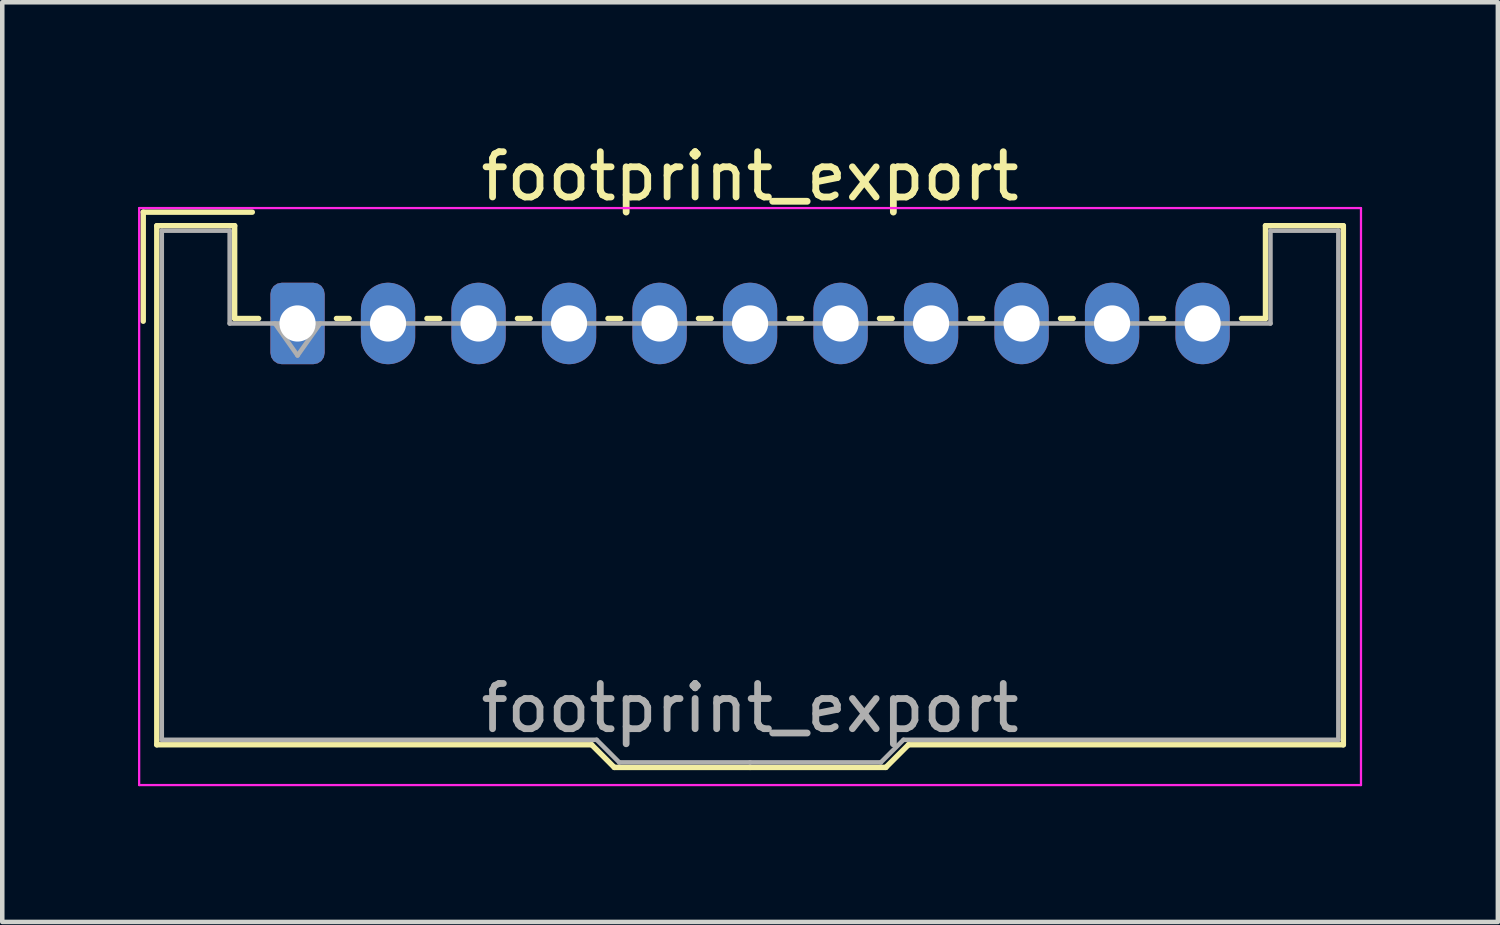
<source format=kicad_pcb>
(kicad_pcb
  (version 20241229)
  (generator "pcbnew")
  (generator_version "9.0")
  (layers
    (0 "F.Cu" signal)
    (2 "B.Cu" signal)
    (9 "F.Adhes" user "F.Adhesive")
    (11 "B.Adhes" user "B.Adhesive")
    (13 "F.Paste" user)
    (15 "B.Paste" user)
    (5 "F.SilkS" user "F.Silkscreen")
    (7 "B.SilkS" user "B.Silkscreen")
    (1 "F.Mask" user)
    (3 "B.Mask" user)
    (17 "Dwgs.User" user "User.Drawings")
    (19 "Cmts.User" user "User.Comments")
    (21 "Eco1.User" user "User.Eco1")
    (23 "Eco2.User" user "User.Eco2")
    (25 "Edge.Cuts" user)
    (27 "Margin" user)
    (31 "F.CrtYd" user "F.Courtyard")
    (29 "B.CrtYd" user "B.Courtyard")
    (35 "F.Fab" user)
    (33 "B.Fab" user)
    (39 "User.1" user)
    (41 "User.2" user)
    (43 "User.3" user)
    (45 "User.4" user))
  (footprint "footprint_export"
    (layer "F.Cu")
    (at 3.525 4.098)
    (property "Reference" "footprint_export" (at 10 -3.25 0) (layer "F.SilkS") (effects (font (size 1 1) (thickness 0.15))))
    (attr through_hole)
    (fp_line (start -3.41 -2.46) (end -1 -2.46) (stroke (width 0.12) (type solid)) (layer "F.SilkS"))
    (fp_line (start -3.41 -0.05) (end -3.41 -2.46) (stroke (width 0.12) (type solid)) (layer "F.SilkS"))
    (fp_line (start -3.11 -2.16) (end -1.39 -2.16) (stroke (width 0.12) (type solid)) (layer "F.SilkS"))
    (fp_line (start -3.11 9.31) (end -3.11 -2.16) (stroke (width 0.12) (type solid)) (layer "F.SilkS"))
    (fp_line (start -1.39 -2.16) (end -1.39 -0.11) (stroke (width 0.12) (type solid)) (layer "F.SilkS"))
    (fp_line (start -1.39 -0.11) (end -0.86 -0.11) (stroke (width 0.12) (type solid)) (layer "F.SilkS"))
    (fp_line (start 0.86 -0.11) (end 1.14 -0.11) (stroke (width 0.12) (type solid)) (layer "F.SilkS"))
    (fp_line (start 2.86 -0.11) (end 3.14 -0.11) (stroke (width 0.12) (type solid)) (layer "F.SilkS"))
    (fp_line (start 4.86 -0.11) (end 5.14 -0.11) (stroke (width 0.12) (type solid)) (layer "F.SilkS"))
    (fp_line (start 6.5 9.31) (end -3.11 9.31) (stroke (width 0.12) (type solid)) (layer "F.SilkS"))
    (fp_line (start 6.86 -0.11) (end 7.14 -0.11) (stroke (width 0.12) (type solid)) (layer "F.SilkS"))
    (fp_line (start 7 9.81) (end 6.5 9.31) (stroke (width 0.12) (type solid)) (layer "F.SilkS"))
    (fp_line (start 8.86 -0.11) (end 9.14 -0.11) (stroke (width 0.12) (type solid)) (layer "F.SilkS"))
    (fp_line (start 10 9.81) (end 7 9.81) (stroke (width 0.12) (type solid)) (layer "F.SilkS"))
    (fp_line (start 10 9.81) (end 13 9.81) (stroke (width 0.12) (type solid)) (layer "F.SilkS"))
    (fp_line (start 10.86 -0.11) (end 11.14 -0.11) (stroke (width 0.12) (type solid)) (layer "F.SilkS"))
    (fp_line (start 12.86 -0.11) (end 13.14 -0.11) (stroke (width 0.12) (type solid)) (layer "F.SilkS"))
    (fp_line (start 13 9.81) (end 13.5 9.31) (stroke (width 0.12) (type solid)) (layer "F.SilkS"))
    (fp_line (start 13.5 9.31) (end 23.11 9.31) (stroke (width 0.12) (type solid)) (layer "F.SilkS"))
    (fp_line (start 14.86 -0.11) (end 15.14 -0.11) (stroke (width 0.12) (type solid)) (layer "F.SilkS"))
    (fp_line (start 16.86 -0.11) (end 17.14 -0.11) (stroke (width 0.12) (type solid)) (layer "F.SilkS"))
    (fp_line (start 18.86 -0.11) (end 19.14 -0.11) (stroke (width 0.12) (type solid)) (layer "F.SilkS"))
    (fp_line (start 21.39 -2.16) (end 21.39 -0.11) (stroke (width 0.12) (type solid)) (layer "F.SilkS"))
    (fp_line (start 21.39 -0.11) (end 20.86 -0.11) (stroke (width 0.12) (type solid)) (layer "F.SilkS"))
    (fp_line (start 23.11 -2.16) (end 21.39 -2.16) (stroke (width 0.12) (type solid)) (layer "F.SilkS"))
    (fp_line (start 23.11 9.31) (end 23.11 -2.16) (stroke (width 0.12) (type solid)) (layer "F.SilkS"))
    (fp_line (start -3.5 -2.55) (end -3.5 10.2) (stroke (width 0.05) (type solid)) (layer "F.CrtYd"))
    (fp_line (start -3.5 10.2) (end 23.5 10.2) (stroke (width 0.05) (type solid)) (layer "F.CrtYd"))
    (fp_line (start 23.5 -2.55) (end -3.5 -2.55) (stroke (width 0.05) (type solid)) (layer "F.CrtYd"))
    (fp_line (start 23.5 10.2) (end 23.5 -2.55) (stroke (width 0.05) (type solid)) (layer "F.CrtYd"))
    (fp_line (start -3 -2.05) (end -1.5 -2.05) (stroke (width 0.1) (type solid)) (layer "F.Fab"))
    (fp_line (start -3 9.2) (end -3 -2.05) (stroke (width 0.1) (type solid)) (layer "F.Fab"))
    (fp_line (start -1.5 -2.05) (end -1.5 0) (stroke (width 0.1) (type solid)) (layer "F.Fab"))
    (fp_line (start -1.5 0) (end 10 0) (stroke (width 0.1) (type solid)) (layer "F.Fab"))
    (fp_line (start -0.5 0) (end 0 0.707) (stroke (width 0.1) (type solid)) (layer "F.Fab"))
    (fp_line (start 0 0.707) (end 0.5 0) (stroke (width 0.1) (type solid)) (layer "F.Fab"))
    (fp_line (start 6.61 9.2) (end -3 9.2) (stroke (width 0.1) (type solid)) (layer "F.Fab"))
    (fp_line (start 7.11 9.7) (end 6.61 9.2) (stroke (width 0.1) (type solid)) (layer "F.Fab"))
    (fp_line (start 10 9.7) (end 7.11 9.7) (stroke (width 0.1) (type solid)) (layer "F.Fab"))
    (fp_line (start 10 9.7) (end 12.89 9.7) (stroke (width 0.1) (type solid)) (layer "F.Fab"))
    (fp_line (start 12.89 9.7) (end 13.39 9.2) (stroke (width 0.1) (type solid)) (layer "F.Fab"))
    (fp_line (start 13.39 9.2) (end 23 9.2) (stroke (width 0.1) (type solid)) (layer "F.Fab"))
    (fp_line (start 21.5 -2.05) (end 21.5 0) (stroke (width 0.1) (type solid)) (layer "F.Fab"))
    (fp_line (start 21.5 0) (end 10 0) (stroke (width 0.1) (type solid)) (layer "F.Fab"))
    (fp_line (start 23 -2.05) (end 21.5 -2.05) (stroke (width 0.1) (type solid)) (layer "F.Fab"))
    (fp_line (start 23 9.2) (end 23 -2.05) (stroke (width 0.1) (type solid)) (layer "F.Fab"))
    (fp_text user "${REFERENCE}" (at 10 8.5 0) (layer "F.Fab") (effects (font (size 1 1) (thickness 0.15))))
    (pad "1" thru_hole roundrect (at 0 0) (size 1.2 1.8) (drill 0.8) (layers "*.Cu" "*.Mask") (roundrect_rratio 0.208))
    (pad "2" thru_hole oval (at 2 0) (size 1.2 1.8) (drill 0.8) (layers "*.Cu" "*.Mask"))
    (pad "3" thru_hole oval (at 4 0) (size 1.2 1.8) (drill 0.8) (layers "*.Cu" "*.Mask"))
    (pad "4" thru_hole oval (at 6 0) (size 1.2 1.8) (drill 0.8) (layers "*.Cu" "*.Mask"))
    (pad "5" thru_hole oval (at 8 0) (size 1.2 1.8) (drill 0.8) (layers "*.Cu" "*.Mask"))
    (pad "6" thru_hole oval (at 10 0) (size 1.2 1.8) (drill 0.8) (layers "*.Cu" "*.Mask"))
    (pad "7" thru_hole oval (at 12 0) (size 1.2 1.8) (drill 0.8) (layers "*.Cu" "*.Mask"))
    (pad "8" thru_hole oval (at 14 0) (size 1.2 1.8) (drill 0.8) (layers "*.Cu" "*.Mask"))
    (pad "9" thru_hole oval (at 16 0) (size 1.2 1.8) (drill 0.8) (layers "*.Cu" "*.Mask"))
    (pad "10" thru_hole oval (at 18 0) (size 1.2 1.8) (drill 0.8) (layers "*.Cu" "*.Mask"))
    (pad "11" thru_hole oval (at 20 0) (size 1.2 1.8) (drill 0.8) (layers "*.Cu" "*.Mask")))
  (gr_rect
    (start -3 -3)
    (end 30.05 17.323)
    (stroke (width 0.1) (type default))
    (fill no)
    (layer "Edge.Cuts")))
</source>
